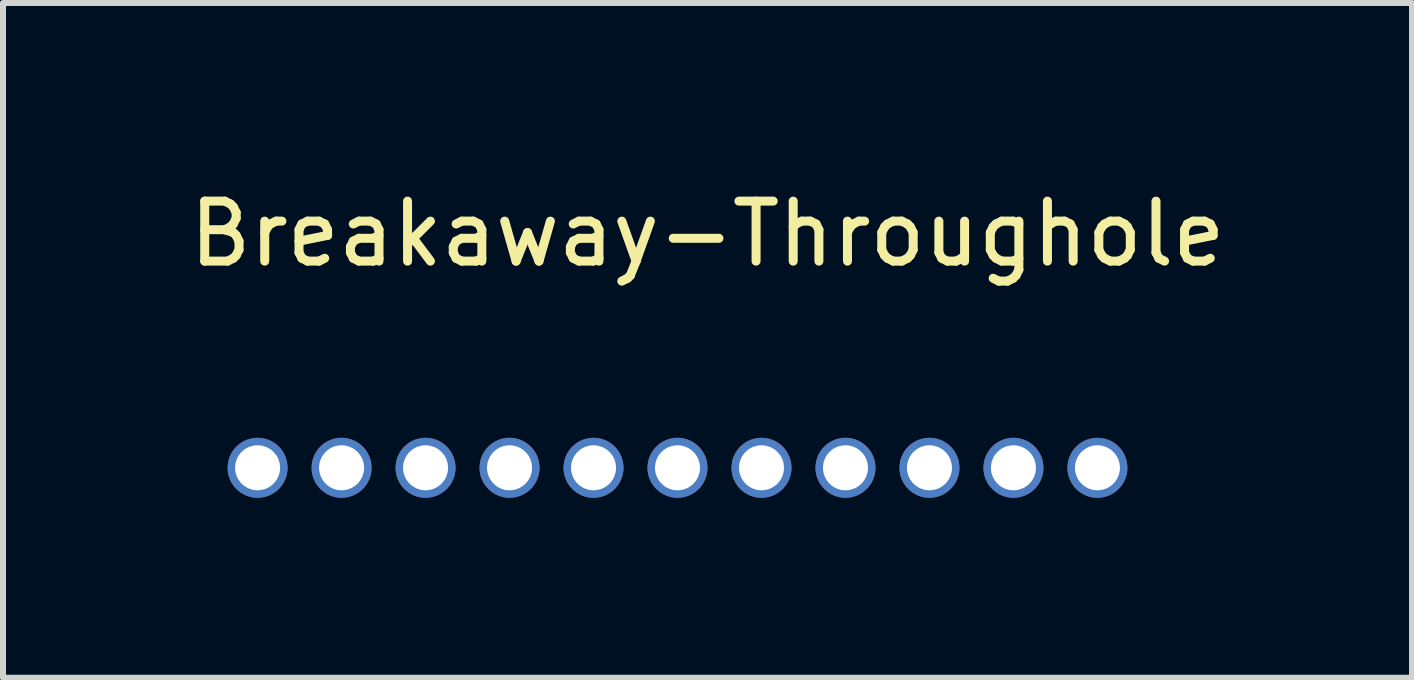
<source format=kicad_pcb>
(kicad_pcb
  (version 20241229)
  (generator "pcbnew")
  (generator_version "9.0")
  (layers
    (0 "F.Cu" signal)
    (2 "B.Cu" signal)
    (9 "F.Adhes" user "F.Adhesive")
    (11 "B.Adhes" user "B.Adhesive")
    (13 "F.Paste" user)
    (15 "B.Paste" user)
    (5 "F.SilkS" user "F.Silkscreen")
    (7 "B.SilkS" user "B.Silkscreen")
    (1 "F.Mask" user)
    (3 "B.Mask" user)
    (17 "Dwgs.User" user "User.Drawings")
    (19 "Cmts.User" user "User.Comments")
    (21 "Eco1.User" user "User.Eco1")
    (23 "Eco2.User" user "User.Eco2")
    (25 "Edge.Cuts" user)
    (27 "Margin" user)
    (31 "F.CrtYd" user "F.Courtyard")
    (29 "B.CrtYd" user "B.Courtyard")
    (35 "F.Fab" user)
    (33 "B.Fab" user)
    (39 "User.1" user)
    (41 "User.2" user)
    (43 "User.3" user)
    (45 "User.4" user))
  (footprint "Breakaway-Throughole"
    (layer "F.Cu")
    (at 8.144 4.748)
    (property "Reference" "Breakaway-Throughole" (at 0.6 -3.9 0) (layer "F.SilkS") (effects (font (size 1 1) (thickness 0.15))))
    (attr through_hole)
    (pad "1" thru_hole circle (at -6.9 0) (size 1 1) (drill 0.75) (layers "*.Cu" "*.Mask"))
    (pad "1" thru_hole circle (at 1.5 0) (size 1 1) (drill 0.75) (layers "*.Cu" "*.Mask"))
    (pad "1" thru_hole circle (at 2.9 0) (size 1 1) (drill 0.75) (layers "*.Cu" "*.Mask"))
    (pad "1" thru_hole circle (at 4.3 0) (size 1 1) (drill 0.75) (layers "*.Cu" "*.Mask"))
    (pad "1" thru_hole circle (at 5.7 0) (size 1 1) (drill 0.75) (layers "*.Cu" "*.Mask"))
    (pad "1" thru_hole circle (at 7.1 0) (size 1 1) (drill 0.75) (layers "*.Cu" "*.Mask"))
    (pad "2" thru_hole circle (at -1.3 0) (size 1 1) (drill 0.75) (layers "*.Cu" "*.Mask"))
    (pad "3" thru_hole circle (at -2.7 0) (size 1 1) (drill 0.75) (layers "*.Cu" "*.Mask"))
    (pad "4" thru_hole circle (at 0.1 0) (size 1 1) (drill 0.75) (layers "*.Cu" "*.Mask"))
    (pad "5" thru_hole circle (at -4.1 0) (size 1 1) (drill 0.75) (layers "*.Cu" "*.Mask"))
    (pad "6" thru_hole circle (at -5.5 0) (size 1 1) (drill 0.75) (layers "*.Cu" "*.Mask")))
  (gr_rect
    (start -3 -3)
    (end 20.488 8.248)
    (stroke (width 0.1) (type default))
    (fill no)
    (layer "Edge.Cuts")))
</source>
